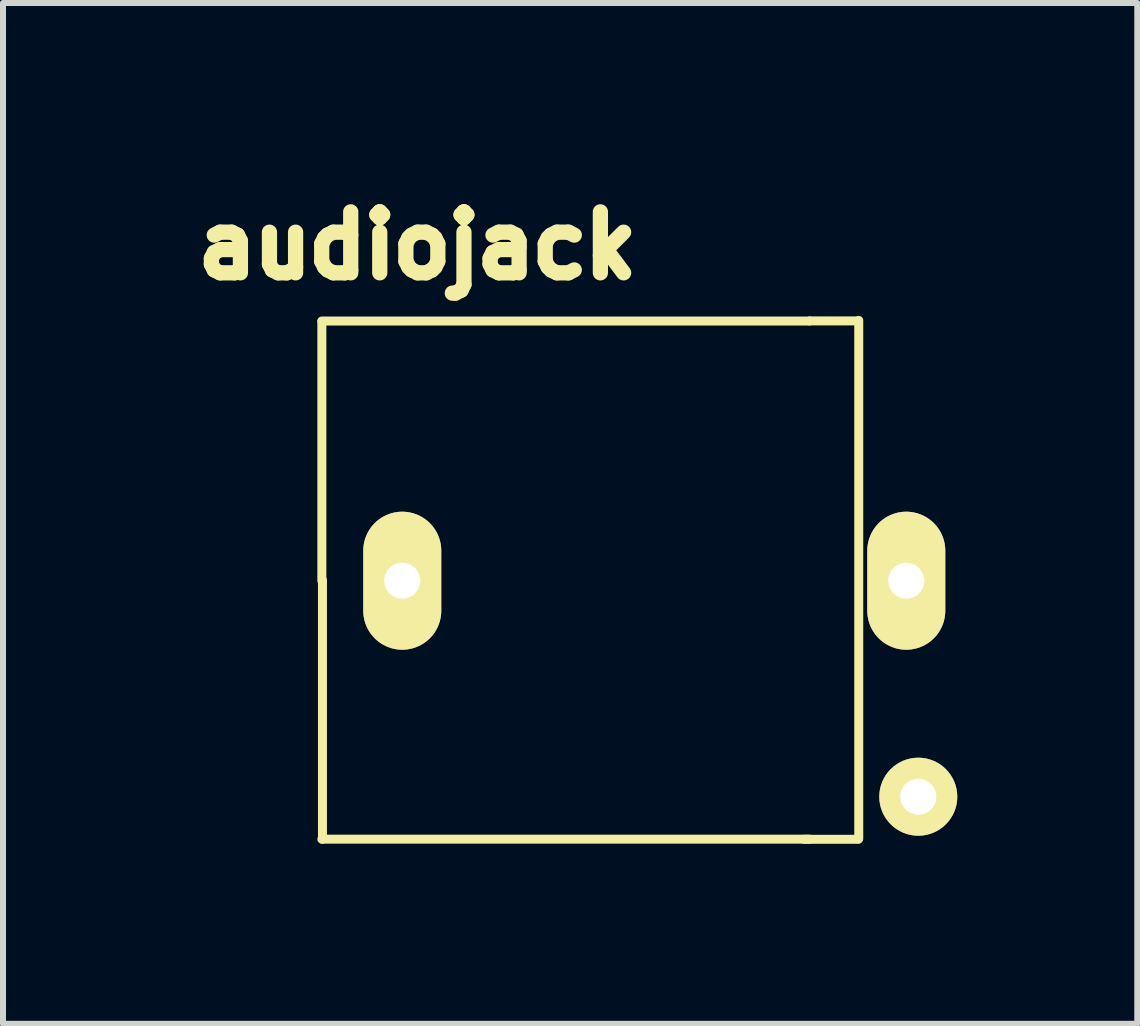
<source format=kicad_pcb>
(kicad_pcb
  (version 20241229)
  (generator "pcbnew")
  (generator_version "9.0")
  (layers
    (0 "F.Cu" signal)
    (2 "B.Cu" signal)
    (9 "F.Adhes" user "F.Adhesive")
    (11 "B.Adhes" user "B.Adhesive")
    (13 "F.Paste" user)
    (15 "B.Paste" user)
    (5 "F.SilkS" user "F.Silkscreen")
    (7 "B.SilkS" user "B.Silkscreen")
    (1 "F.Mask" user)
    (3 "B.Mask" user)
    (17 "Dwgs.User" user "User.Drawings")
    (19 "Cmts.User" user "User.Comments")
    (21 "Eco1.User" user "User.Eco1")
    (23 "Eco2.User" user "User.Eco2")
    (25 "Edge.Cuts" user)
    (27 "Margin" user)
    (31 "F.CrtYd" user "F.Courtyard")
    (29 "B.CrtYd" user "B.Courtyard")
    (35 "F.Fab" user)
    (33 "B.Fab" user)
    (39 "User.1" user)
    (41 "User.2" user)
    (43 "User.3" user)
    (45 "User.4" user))
  (footprint "audiojack"
    (layer "F.Cu")
    (at 3.654 6.628)
    (property "Reference" "audiojack" (at 0.254 -5.588 0) (layer "F.SilkS") (effects (font (size 1.016 1.016) (thickness 0.254))))
    (attr through_hole)
    (fp_line (start -1.34 -4.328) (end 6.788 -4.328) (stroke (width 0.15) (type solid)) (layer "F.SilkS"))
    (fp_line (start -1.34 0) (end -1.34 -4.318) (stroke (width 0.15) (type solid)) (layer "F.SilkS"))
    (fp_line (start -1.33 4.308) (end -1.33 -0.01) (stroke (width 0.15) (type solid)) (layer "F.SilkS"))
    (fp_line (start 6.7 4.31) (end 7.6 4.31) (stroke (width 0.15) (type solid)) (layer "F.SilkS"))
    (fp_line (start 6.788 4.308) (end -1.34 4.308) (stroke (width 0.15) (type solid)) (layer "F.SilkS"))
    (fp_line (start 7.6 -4.33) (end 6.79 -4.33) (stroke (width 0.15) (type solid)) (layer "F.SilkS"))
    (fp_line (start 7.608 -4.338) (end 7.608 4.298) (stroke (width 0.15) (type solid)) (layer "F.SilkS"))
    (pad "1" thru_hole oval (at 0 0) (size 1.3 2.3) (drill 0.6) (layers "*.Cu" "*.Mask" "F.SilkS"))
    (pad "2" thru_hole oval (at 8.4 0) (size 1.3 2.3) (drill 0.6) (layers "*.Cu" "*.Mask" "F.SilkS"))
    (pad "3" thru_hole circle (at 8.6 3.6) (size 1.3 1.3) (drill 0.6) (layers "*.Cu" "*.Mask" "F.SilkS")))
  (gr_rect
    (start -3 -3)
    (end 15.904 14.013)
    (stroke (width 0.1) (type default))
    (fill no)
    (layer "Edge.Cuts")))
</source>
